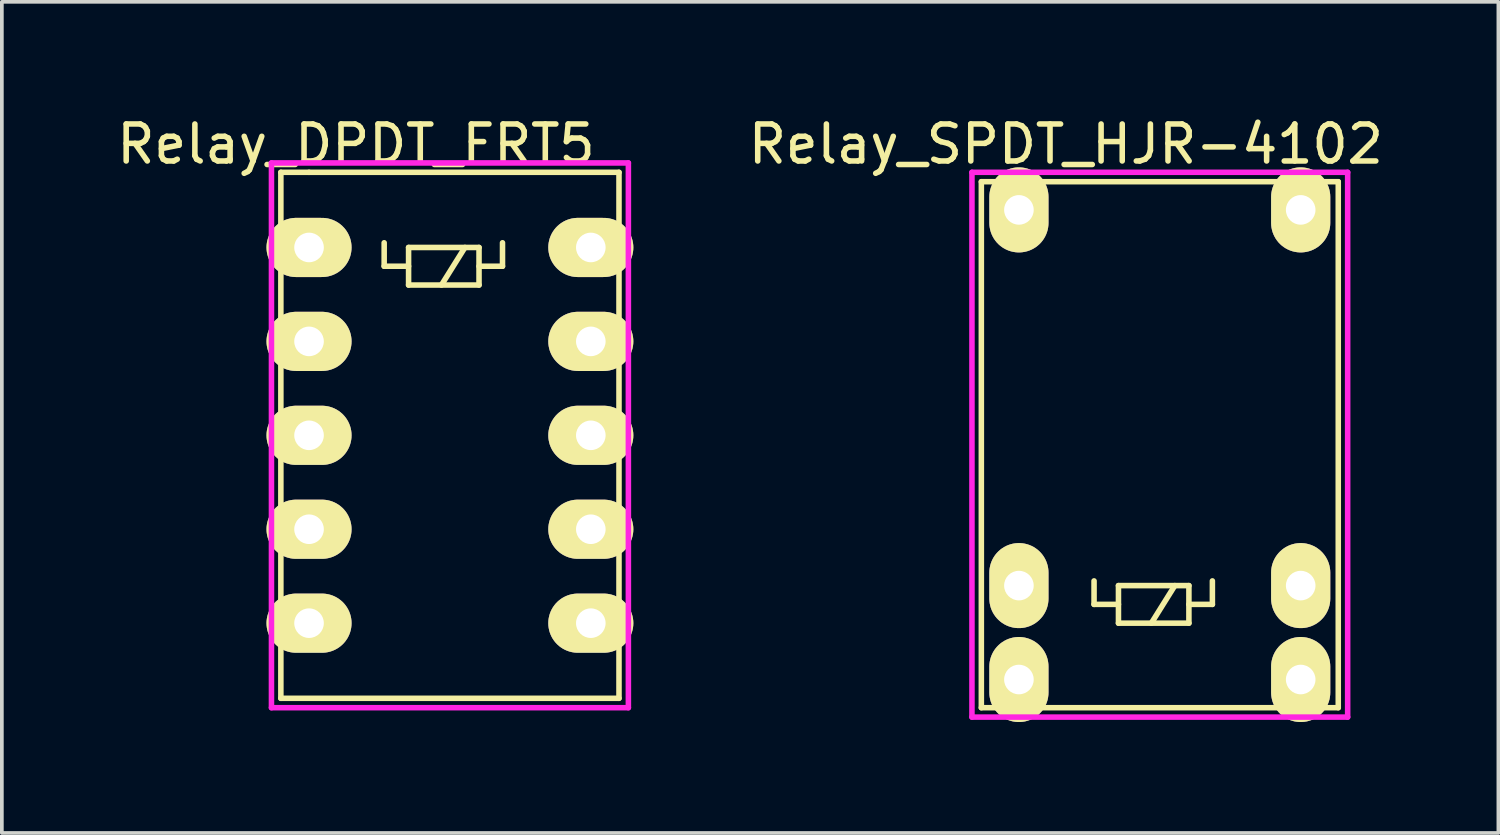
<source format=kicad_pcb>
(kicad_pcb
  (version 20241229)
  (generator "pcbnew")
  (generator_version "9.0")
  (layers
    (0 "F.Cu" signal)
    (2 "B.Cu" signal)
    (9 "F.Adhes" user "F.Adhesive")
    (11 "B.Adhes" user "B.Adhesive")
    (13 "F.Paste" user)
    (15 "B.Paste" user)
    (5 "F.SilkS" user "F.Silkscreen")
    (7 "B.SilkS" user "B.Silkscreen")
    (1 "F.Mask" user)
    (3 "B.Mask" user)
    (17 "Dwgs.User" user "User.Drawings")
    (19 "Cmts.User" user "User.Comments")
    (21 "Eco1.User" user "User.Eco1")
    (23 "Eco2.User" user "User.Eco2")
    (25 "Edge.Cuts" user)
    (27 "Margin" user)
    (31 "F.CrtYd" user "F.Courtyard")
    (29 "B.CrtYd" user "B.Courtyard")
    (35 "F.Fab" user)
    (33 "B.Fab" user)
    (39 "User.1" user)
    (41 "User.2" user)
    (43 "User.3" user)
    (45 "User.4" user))
  (footprint "Relay_SPDT_HJR-4102"
    (layer "F.Cu")
    (at 24.504 2.626)
    (property "Reference" "Relay_SPDT_HJR-4102" (at 1.27 -1.778 0) (layer "F.SilkS") (effects (font (size 1 1) (thickness 0.15))))
    (attr through_hole)
    (fp_line (start -1.016 -0.762) (end 8.636 -0.762) (stroke (width 0.15) (type solid)) (layer "F.SilkS"))
    (fp_line (start -1.016 13.462) (end -1.016 -0.762) (stroke (width 0.15) (type solid)) (layer "F.SilkS"))
    (fp_line (start 2.032 10.033) (end 2.032 10.668) (stroke (width 0.15) (type solid)) (layer "F.SilkS"))
    (fp_line (start 2.032 10.668) (end 2.692 10.668) (stroke (width 0.15) (type solid)) (layer "F.SilkS"))
    (fp_line (start 2.692 10.16) (end 2.692 11.176) (stroke (width 0.15) (type solid)) (layer "F.SilkS"))
    (fp_line (start 2.692 11.176) (end 4.597 11.176) (stroke (width 0.15) (type solid)) (layer "F.SilkS"))
    (fp_line (start 4.216 10.16) (end 3.581 11.176) (stroke (width 0.15) (type solid)) (layer "F.SilkS"))
    (fp_line (start 4.597 10.16) (end 2.692 10.16) (stroke (width 0.15) (type solid)) (layer "F.SilkS"))
    (fp_line (start 4.597 10.16) (end 4.597 11.176) (stroke (width 0.15) (type solid)) (layer "F.SilkS"))
    (fp_line (start 5.232 10.033) (end 5.232 10.668) (stroke (width 0.15) (type solid)) (layer "F.SilkS"))
    (fp_line (start 5.232 10.668) (end 4.597 10.668) (stroke (width 0.15) (type solid)) (layer "F.SilkS"))
    (fp_line (start 8.636 -0.762) (end 8.636 13.462) (stroke (width 0.15) (type solid)) (layer "F.SilkS"))
    (fp_line (start 8.636 13.462) (end -1.016 13.462) (stroke (width 0.15) (type solid)) (layer "F.SilkS"))
    (fp_line (start -1.27 -1.016) (end 8.89 -1.016) (stroke (width 0.15) (type solid)) (layer "F.CrtYd"))
    (fp_line (start -1.27 13.716) (end -1.27 -1.016) (stroke (width 0.15) (type solid)) (layer "F.CrtYd"))
    (fp_line (start 8.89 -1.016) (end 8.89 13.716) (stroke (width 0.15) (type solid)) (layer "F.CrtYd"))
    (fp_line (start 8.89 13.716) (end -1.27 13.716) (stroke (width 0.15) (type solid)) (layer "F.CrtYd"))
    (pad "1" thru_hole oval (at 0 0 270) (size 2.3 1.6) (drill 0.8) (layers "*.Cu" "*.Mask" "F.SilkS"))
    (pad "5" thru_hole oval (at 0 10.16 270) (size 2.3 1.6) (drill 0.8) (layers "*.Cu" "*.Mask" "F.SilkS"))
    (pad "6" thru_hole oval (at 0 12.7 270) (size 2.3 1.6) (drill 0.8) (layers "*.Cu" "*.Mask" "F.SilkS"))
    (pad "7" thru_hole oval (at 7.62 12.7 270) (size 2.3 1.6) (drill 0.8) (layers "*.Cu" "*.Mask" "F.SilkS"))
    (pad "8" thru_hole oval (at 7.62 10.16 270) (size 2.3 1.6) (drill 0.8) (layers "*.Cu" "*.Mask" "F.SilkS"))
    (pad "12" thru_hole oval (at 7.62 0 270) (size 2.3 1.6) (drill 0.8) (layers "*.Cu" "*.Mask" "F.SilkS")))
  (footprint "Relay_DPDT_FRT5"
    (layer "F.Cu")
    (at 5.307 3.642)
    (property "Reference" "Relay_DPDT_FRT5" (at 1.27 -2.794 0) (layer "F.SilkS") (effects (font (size 1 1) (thickness 0.15))))
    (attr through_hole)
    (fp_line (start -0.762 -2.032) (end -0.762 12.192) (stroke (width 0.15) (type solid)) (layer "F.SilkS"))
    (fp_line (start -0.762 12.192) (end 8.382 12.192) (stroke (width 0.15) (type solid)) (layer "F.SilkS"))
    (fp_line (start 0 -2.032) (end -0.762 -2.032) (stroke (width 0.15) (type solid)) (layer "F.SilkS"))
    (fp_line (start 2.032 -0.127) (end 2.032 0.508) (stroke (width 0.15) (type solid)) (layer "F.SilkS"))
    (fp_line (start 2.032 0.508) (end 2.692 0.508) (stroke (width 0.15) (type solid)) (layer "F.SilkS"))
    (fp_line (start 2.692 0) (end 2.692 1.016) (stroke (width 0.15) (type solid)) (layer "F.SilkS"))
    (fp_line (start 2.692 1.016) (end 4.597 1.016) (stroke (width 0.15) (type solid)) (layer "F.SilkS"))
    (fp_line (start 4.216 0) (end 3.581 1.016) (stroke (width 0.15) (type solid)) (layer "F.SilkS"))
    (fp_line (start 4.597 0) (end 2.692 0) (stroke (width 0.15) (type solid)) (layer "F.SilkS"))
    (fp_line (start 4.597 0) (end 4.597 1.016) (stroke (width 0.15) (type solid)) (layer "F.SilkS"))
    (fp_line (start 5.232 -0.127) (end 5.232 0.508) (stroke (width 0.15) (type solid)) (layer "F.SilkS"))
    (fp_line (start 5.232 0.508) (end 4.597 0.508) (stroke (width 0.15) (type solid)) (layer "F.SilkS"))
    (fp_line (start 8.382 -2.032) (end 0 -2.032) (stroke (width 0.15) (type solid)) (layer "F.SilkS"))
    (fp_line (start 8.382 12.192) (end 8.382 -2.032) (stroke (width 0.15) (type solid)) (layer "F.SilkS"))
    (fp_line (start -1.016 -2.286) (end -1.016 12.446) (stroke (width 0.15) (type solid)) (layer "F.CrtYd"))
    (fp_line (start -1.016 12.446) (end 8.636 12.446) (stroke (width 0.15) (type solid)) (layer "F.CrtYd"))
    (fp_line (start 8.636 -2.286) (end -1.016 -2.286) (stroke (width 0.15) (type solid)) (layer "F.CrtYd"))
    (fp_line (start 8.636 12.446) (end 8.636 -2.286) (stroke (width 0.15) (type solid)) (layer "F.CrtYd"))
    (pad "1" thru_hole oval (at 0 0) (size 2.3 1.6) (drill 0.8) (layers "*.Cu" "*.Mask" "F.SilkS"))
    (pad "2" thru_hole oval (at 0 2.54) (size 2.3 1.6) (drill 0.8) (layers "*.Cu" "*.Mask" "F.SilkS"))
    (pad "3" thru_hole oval (at 0 5.08) (size 2.3 1.6) (drill 0.8) (layers "*.Cu" "*.Mask" "F.SilkS"))
    (pad "4" thru_hole oval (at 0 7.62) (size 2.3 1.6) (drill 0.8) (layers "*.Cu" "*.Mask" "F.SilkS"))
    (pad "5" thru_hole oval (at 0 10.16) (size 2.3 1.6) (drill 0.8) (layers "*.Cu" "*.Mask" "F.SilkS"))
    (pad "6" thru_hole oval (at 7.62 10.16) (size 2.3 1.6) (drill 0.8) (layers "*.Cu" "*.Mask" "F.SilkS"))
    (pad "7" thru_hole oval (at 7.62 7.62) (size 2.3 1.6) (drill 0.8) (layers "*.Cu" "*.Mask" "F.SilkS"))
    (pad "8" thru_hole oval (at 7.62 5.08) (size 2.3 1.6) (drill 0.8) (layers "*.Cu" "*.Mask" "F.SilkS"))
    (pad "9" thru_hole oval (at 7.62 2.54) (size 2.3 1.6) (drill 0.8) (layers "*.Cu" "*.Mask" "F.SilkS"))
    (pad "10" thru_hole oval (at 7.62 0) (size 2.3 1.6) (drill 0.8) (layers "*.Cu" "*.Mask" "F.SilkS")))
  (gr_rect
    (start -3 -3)
    (end 37.47 19.476)
    (stroke (width 0.1) (type default))
    (fill no)
    (layer "Edge.Cuts")))
</source>
